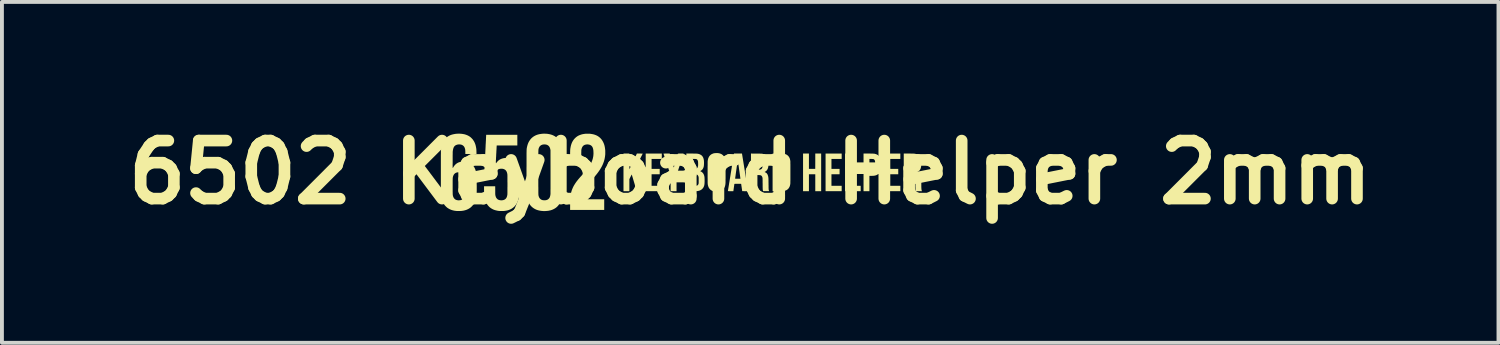
<source format=kicad_pcb>
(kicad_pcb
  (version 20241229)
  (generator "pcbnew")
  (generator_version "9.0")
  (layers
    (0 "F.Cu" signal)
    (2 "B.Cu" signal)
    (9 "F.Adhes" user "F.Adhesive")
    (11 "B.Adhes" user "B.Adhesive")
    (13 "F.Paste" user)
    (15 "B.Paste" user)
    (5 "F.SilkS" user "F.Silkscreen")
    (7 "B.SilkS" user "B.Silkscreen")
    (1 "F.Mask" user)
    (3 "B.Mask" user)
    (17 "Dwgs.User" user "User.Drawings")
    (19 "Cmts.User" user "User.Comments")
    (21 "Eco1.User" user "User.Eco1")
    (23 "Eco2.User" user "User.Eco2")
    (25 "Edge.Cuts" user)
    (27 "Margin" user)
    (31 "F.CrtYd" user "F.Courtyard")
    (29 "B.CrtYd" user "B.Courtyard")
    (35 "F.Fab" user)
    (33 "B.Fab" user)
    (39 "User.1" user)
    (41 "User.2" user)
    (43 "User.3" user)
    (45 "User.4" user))
  (footprint "6502 Keyboard Helper 2mm"
    (layer "F.Cu")
    (at 16.336 1.404)
    (property "Reference" "6502 Keyboard Helper 2mm" (at 0 0 0) (layer "F.SilkS") (effects (font (size 1.5 1.5) (thickness 0.3))))
    (attr board_only exclude_from_pos_files exclude_from_bom)
    (fp_poly (pts (xy 2.603 -0.069) (xy 2.603 0.347) (xy 2.728 0.347) (xy 2.854 0.347) (xy 2.854 0.416) (xy 2.854 0.486) (xy 2.652 0.486) (xy 2.451 0.486) (xy 2.451 -0.000001) (xy 2.451 -0.486) (xy 2.527 -0.486) (xy 2.603 -0.486)) (stroke (width 0) (type solid)) (fill yes) (layer "F.SilkS"))
    (fp_poly (pts (xy -2.285 -0.416) (xy -2.285 -0.347) (xy -2.417 -0.347) (xy -2.549 -0.347) (xy -2.549 -0.218) (xy -2.549 -0.09) (xy -2.444 -0.09) (xy -2.339 -0.09) (xy -2.339 -0.02) (xy -2.339 0.049) (xy -2.444 0.049) (xy -2.549 0.049) (xy -2.549 0.198) (xy -2.549 0.347) (xy -2.417 0.347) (xy -2.285 0.347) (xy -2.285 0.416) (xy -2.285 0.486) (xy -2.493 0.486) (xy -2.701 0.486) (xy -2.701 -0.000001) (xy -2.701 -0.486) (xy -2.493 -0.486) (xy -2.285 -0.486)) (stroke (width 0) (type solid)) (fill yes) (layer "F.SilkS"))
    (fp_poly (pts (xy 1.517 -0.288) (xy 1.517 -0.09) (xy 1.599 -0.09) (xy 1.68 -0.091) (xy 1.681 -0.288) (xy 1.681 -0.486) (xy 1.757 -0.486) (xy 1.833 -0.486) (xy 1.833 -0.000001) (xy 1.833 0.486) (xy 1.757 0.486) (xy 1.681 0.486) (xy 1.681 0.267) (xy 1.681 0.049) (xy 1.599 0.049) (xy 1.517 0.049) (xy 1.517 0.267) (xy 1.517 0.486) (xy 1.441 0.486) (xy 1.365 0.486) (xy 1.365 -0.000001) (xy 1.365 -0.486) (xy 1.441 -0.486) (xy 1.517 -0.486)) (stroke (width 0) (type solid)) (fill yes) (layer "F.SilkS"))
    (fp_poly (pts (xy 2.363 -0.416) (xy 2.363 -0.347) (xy 2.231 -0.347) (xy 2.099 -0.347) (xy 2.099 -0.218) (xy 2.099 -0.09) (xy 2.204 -0.09) (xy 2.309 -0.09) (xy 2.309 -0.02) (xy 2.309 0.049) (xy 2.204 0.049) (xy 2.099 0.049) (xy 2.099 0.198) (xy 2.099 0.347) (xy 2.231 0.347) (xy 2.363 0.347) (xy 2.363 0.416) (xy 2.363 0.486) (xy 2.155 0.486) (xy 1.947 0.486) (xy 1.947 -0.000001) (xy 1.947 -0.486) (xy 2.155 -0.486) (xy 2.363 -0.486)) (stroke (width 0) (type solid)) (fill yes) (layer "F.SilkS"))
    (fp_poly (pts (xy 3.879 -0.416) (xy 3.879 -0.347) (xy 3.748 -0.347) (xy 3.617 -0.347) (xy 3.617 -0.218) (xy 3.617 -0.09) (xy 3.721 -0.09) (xy 3.825 -0.09) (xy 3.825 -0.02) (xy 3.825 0.049) (xy 3.721 0.049) (xy 3.617 0.049) (xy 3.617 0.198) (xy 3.617 0.347) (xy 3.748 0.347) (xy 3.879 0.347) (xy 3.879 0.416) (xy 3.879 0.486) (xy 3.672 0.486) (xy 3.465 0.486) (xy 3.465 -0.000001) (xy 3.465 -0.486) (xy 3.672 -0.486) (xy 3.879 -0.486)) (stroke (width 0) (type solid)) (fill yes) (layer "F.SilkS"))
    (fp_poly (pts (xy -1.812 -0.208) (xy -1.904 0.07) (xy -1.904 0.278) (xy -1.904 0.486) (xy -1.981 0.486) (xy -2.057 0.486) (xy -2.057 0.28) (xy -2.057 0.074) (xy -2.149 -0.205) (xy -2.159 -0.235) (xy -2.168 -0.264) (xy -2.177 -0.292) (xy -2.186 -0.318) (xy -2.195 -0.344) (xy -2.202 -0.367) (xy -2.21 -0.389) (xy -2.216 -0.409) (xy -2.222 -0.428) (xy -2.228 -0.443) (xy -2.232 -0.457) (xy -2.236 -0.468) (xy -2.238 -0.477) (xy -2.24 -0.482) (xy -2.241 -0.485) (xy -2.241 -0.485) (xy -2.24 -0.485) (xy -2.235 -0.485) (xy -2.227 -0.485) (xy -2.218 -0.485) (xy -2.206 -0.486) (xy -2.192 -0.486) (xy -2.177 -0.486) (xy -2.161 -0.486) (xy -2.16 -0.486) (xy -2.08 -0.486) (xy -2.028 -0.309) (xy -2.021 -0.285) (xy -2.015 -0.262) (xy -2.008 -0.241) (xy -2.002 -0.22) (xy -1.997 -0.201) (xy -1.992 -0.184) (xy -1.987 -0.169) (xy -1.983 -0.156) (xy -1.98 -0.145) (xy -1.978 -0.137) (xy -1.976 -0.132) (xy -1.975 -0.13) (xy -1.975 -0.13) (xy -1.974 -0.129) (xy -1.973 -0.129) (xy -1.973 -0.13) (xy -1.971 -0.135) (xy -1.969 -0.143) (xy -1.966 -0.153) (xy -1.962 -0.165) (xy -1.958 -0.18) (xy -1.953 -0.197) (xy -1.947 -0.216) (xy -1.942 -0.236) (xy -1.935 -0.257) (xy -1.929 -0.28) (xy -1.922 -0.303) (xy -1.921 -0.305) (xy -1.915 -0.328) (xy -1.908 -0.351) (xy -1.902 -0.373) (xy -1.896 -0.393) (xy -1.89 -0.412) (xy -1.885 -0.429) (xy -1.881 -0.444) (xy -1.877 -0.457) (xy -1.874 -0.467) (xy -1.872 -0.475) (xy -1.87 -0.481) (xy -1.87 -0.483) (xy -1.87 -0.483) (xy -1.869 -0.483) (xy -1.868 -0.484) (xy -1.867 -0.484) (xy -1.864 -0.485) (xy -1.859 -0.485) (xy -1.853 -0.485) (xy -1.846 -0.485) (xy -1.835 -0.486) (xy -1.822 -0.486) (xy -1.807 -0.486) (xy -1.795 -0.486) (xy -1.721 -0.486)) (stroke (width 0) (type solid)) (fill yes) (layer "F.SilkS"))
    (fp_poly (pts (xy -3.122 -0.282) (xy -3.122 -0.079) (xy -3.025 -0.282) (xy -2.929 -0.486) (xy -2.853 -0.486) (xy -2.838 -0.486) (xy -2.823 -0.486) (xy -2.81 -0.485) (xy -2.799 -0.485) (xy -2.789 -0.485) (xy -2.783 -0.485) (xy -2.779 -0.485) (xy -2.778 -0.485) (xy -2.778 -0.483) (xy -2.781 -0.479) (xy -2.784 -0.472) (xy -2.789 -0.462) (xy -2.795 -0.451) (xy -2.802 -0.437) (xy -2.81 -0.421) (xy -2.819 -0.404) (xy -2.828 -0.385) (xy -2.839 -0.364) (xy -2.85 -0.343) (xy -2.861 -0.321) (xy -2.868 -0.307) (xy -2.958 -0.129) (xy -2.867 0.175) (xy -2.858 0.206) (xy -2.849 0.237) (xy -2.84 0.266) (xy -2.831 0.294) (xy -2.823 0.321) (xy -2.816 0.347) (xy -2.809 0.37) (xy -2.802 0.392) (xy -2.796 0.412) (xy -2.791 0.43) (xy -2.786 0.445) (xy -2.782 0.458) (xy -2.779 0.469) (xy -2.777 0.476) (xy -2.775 0.481) (xy -2.775 0.483) (xy -2.775 0.483) (xy -2.775 0.484) (xy -2.777 0.484) (xy -2.779 0.485) (xy -2.783 0.485) (xy -2.788 0.485) (xy -2.796 0.485) (xy -2.805 0.486) (xy -2.817 0.486) (xy -2.832 0.486) (xy -2.85 0.486) (xy -2.854 0.486) (xy -2.933 0.486) (xy -2.936 0.477) (xy -2.949 0.431) (xy -2.962 0.387) (xy -2.975 0.346) (xy -2.986 0.307) (xy -2.997 0.27) (xy -3.007 0.237) (xy -3.016 0.206) (xy -3.025 0.177) (xy -3.032 0.152) (xy -3.039 0.129) (xy -3.045 0.11) (xy -3.05 0.093) (xy -3.054 0.079) (xy -3.058 0.069) (xy -3.06 0.061) (xy -3.061 0.057) (xy -3.062 0.055) (xy -3.063 0.057) (xy -3.065 0.06) (xy -3.069 0.067) (xy -3.073 0.075) (xy -3.078 0.085) (xy -3.084 0.097) (xy -3.091 0.11) (xy -3.093 0.114) (xy -3.123 0.175) (xy -3.123 0.33) (xy -3.123 0.486) (xy -3.199 0.486) (xy -3.275 0.486) (xy -3.275 -0.000001) (xy -3.275 -0.486) (xy -3.199 -0.486) (xy -3.123 -0.486)) (stroke (width 0) (type solid)) (fill yes) (layer "F.SilkS"))
    (fp_poly (pts (xy 3.053 -0.486) (xy 3.078 -0.486) (xy 3.101 -0.486) (xy 3.12 -0.485) (xy 3.137 -0.485) (xy 3.151 -0.485) (xy 3.164 -0.485) (xy 3.175 -0.484) (xy 3.184 -0.484) (xy 3.192 -0.483) (xy 3.199 -0.483) (xy 3.206 -0.482) (xy 3.212 -0.481) (xy 3.218 -0.48) (xy 3.224 -0.478) (xy 3.228 -0.477) (xy 3.253 -0.47) (xy 3.276 -0.46) (xy 3.297 -0.448) (xy 3.315 -0.433) (xy 3.331 -0.415) (xy 3.345 -0.395) (xy 3.356 -0.373) (xy 3.366 -0.348) (xy 3.373 -0.321) (xy 3.378 -0.29) (xy 3.378 -0.286) (xy 3.379 -0.278) (xy 3.379 -0.268) (xy 3.38 -0.255) (xy 3.38 -0.24) (xy 3.38 -0.224) (xy 3.38 -0.208) (xy 3.38 -0.19) (xy 3.38 -0.173) (xy 3.38 -0.157) (xy 3.379 -0.141) (xy 3.379 -0.128) (xy 3.378 -0.116) (xy 3.378 -0.107) (xy 3.377 -0.104) (xy 3.373 -0.074) (xy 3.366 -0.047) (xy 3.356 -0.022) (xy 3.345 -0.00028) (xy 3.331 0.019) (xy 3.315 0.037) (xy 3.297 0.051) (xy 3.276 0.064) (xy 3.274 0.065) (xy 3.261 0.071) (xy 3.248 0.076) (xy 3.235 0.08) (xy 3.221 0.083) (xy 3.206 0.086) (xy 3.189 0.088) (xy 3.17 0.089) (xy 3.149 0.09) (xy 3.128 0.09) (xy 3.08 0.09) (xy 3.08 0.288) (xy 3.08 0.486) (xy 3.004 0.486) (xy 2.928 0.486) (xy 2.928 -0.000001) (xy 2.928 -0.198) (xy 3.08 -0.198) (xy 3.08 -0.049) (xy 3.125 -0.049) (xy 3.139 -0.049) (xy 3.15 -0.049) (xy 3.158 -0.049) (xy 3.165 -0.05) (xy 3.17 -0.05) (xy 3.174 -0.051) (xy 3.178 -0.052) (xy 3.181 -0.052) (xy 3.193 -0.058) (xy 3.204 -0.065) (xy 3.212 -0.074) (xy 3.219 -0.086) (xy 3.223 -0.1) (xy 3.225 -0.109) (xy 3.226 -0.115) (xy 3.226 -0.123) (xy 3.227 -0.134) (xy 3.227 -0.148) (xy 3.228 -0.162) (xy 3.228 -0.178) (xy 3.228 -0.194) (xy 3.228 -0.211) (xy 3.228 -0.227) (xy 3.227 -0.242) (xy 3.227 -0.256) (xy 3.227 -0.268) (xy 3.226 -0.278) (xy 3.226 -0.285) (xy 3.225 -0.287) (xy 3.221 -0.304) (xy 3.215 -0.317) (xy 3.207 -0.328) (xy 3.207 -0.328) (xy 3.202 -0.333) (xy 3.196 -0.337) (xy 3.191 -0.34) (xy 3.184 -0.343) (xy 3.176 -0.344) (xy 3.166 -0.346) (xy 3.154 -0.346) (xy 3.14 -0.347) (xy 3.124 -0.347) (xy 3.08 -0.347) (xy 3.08 -0.198) (xy 2.928 -0.198) (xy 2.928 -0.486)) (stroke (width 0) (type solid)) (fill yes) (layer "F.SilkS"))
    (fp_poly (pts (xy 0.733 -0.486) (xy 0.757 -0.486) (xy 0.778 -0.485) (xy 0.796 -0.485) (xy 0.812 -0.485) (xy 0.826 -0.485) (xy 0.838 -0.484) (xy 0.848 -0.484) (xy 0.857 -0.483) (xy 0.865 -0.482) (xy 0.873 -0.481) (xy 0.879 -0.479) (xy 0.886 -0.478) (xy 0.892 -0.476) (xy 0.899 -0.474) (xy 0.903 -0.473) (xy 0.927 -0.464) (xy 0.949 -0.452) (xy 0.968 -0.437) (xy 0.985 -0.42) (xy 1 -0.401) (xy 1.011 -0.382) (xy 1.02 -0.363) (xy 1.027 -0.341) (xy 1.032 -0.318) (xy 1.036 -0.293) (xy 1.036 -0.29) (xy 1.037 -0.286) (xy 1.037 -0.28) (xy 1.037 -0.27) (xy 1.037 -0.257) (xy 1.037 -0.242) (xy 1.037 -0.225) (xy 1.038 -0.206) (xy 1.038 -0.184) (xy 1.038 -0.162) (xy 1.038 -0.138) (xy 1.038 -0.112) (xy 1.038 -0.086) (xy 1.038 -0.059) (xy 1.038 -0.032) (xy 1.038 -0.004) (xy 1.038 0.024) (xy 1.038 0.051) (xy 1.038 0.078) (xy 1.038 0.105) (xy 1.038 0.13) (xy 1.038 0.155) (xy 1.038 0.178) (xy 1.038 0.199) (xy 1.038 0.219) (xy 1.037 0.237) (xy 1.037 0.253) (xy 1.037 0.266) (xy 1.037 0.277) (xy 1.037 0.285) (xy 1.036 0.289) (xy 1.036 0.29) (xy 1.032 0.319) (xy 1.026 0.344) (xy 1.018 0.368) (xy 1.007 0.389) (xy 0.995 0.409) (xy 0.98 0.426) (xy 0.979 0.426) (xy 0.963 0.442) (xy 0.944 0.455) (xy 0.924 0.465) (xy 0.9 0.474) (xy 0.875 0.48) (xy 0.871 0.481) (xy 0.868 0.482) (xy 0.865 0.482) (xy 0.861 0.483) (xy 0.857 0.483) (xy 0.852 0.483) (xy 0.847 0.484) (xy 0.84 0.484) (xy 0.832 0.484) (xy 0.822 0.484) (xy 0.81 0.485) (xy 0.796 0.485) (xy 0.78 0.485) (xy 0.761 0.485) (xy 0.739 0.485) (xy 0.715 0.485) (xy 0.578 0.486) (xy 0.578 0.000082) (xy 0.578 -0.000001) (xy 0.73 -0.000001) (xy 0.73 0.347) (xy 0.777 0.347) (xy 0.792 0.347) (xy 0.803 0.347) (xy 0.812 0.347) (xy 0.819 0.346) (xy 0.824 0.346) (xy 0.828 0.345) (xy 0.832 0.344) (xy 0.835 0.344) (xy 0.849 0.338) (xy 0.861 0.33) (xy 0.87 0.32) (xy 0.877 0.308) (xy 0.882 0.294) (xy 0.883 0.287) (xy 0.884 0.285) (xy 0.884 0.282) (xy 0.884 0.279) (xy 0.884 0.274) (xy 0.885 0.269) (xy 0.885 0.262) (xy 0.885 0.254) (xy 0.885 0.245) (xy 0.885 0.233) (xy 0.885 0.22) (xy 0.886 0.205) (xy 0.886 0.188) (xy 0.886 0.169) (xy 0.886 0.147) (xy 0.886 0.122) (xy 0.886 0.095) (xy 0.886 0.064) (xy 0.886 0.031) (xy 0.886 -0.000001) (xy 0.886 -0.036) (xy 0.886 -0.069) (xy 0.886 -0.099) (xy 0.886 -0.126) (xy 0.886 -0.15) (xy 0.886 -0.172) (xy 0.886 -0.191) (xy 0.886 -0.208) (xy 0.885 -0.222) (xy 0.885 -0.235) (xy 0.885 -0.246) (xy 0.885 -0.255) (xy 0.885 -0.263) (xy 0.885 -0.27) (xy 0.884 -0.275) (xy 0.884 -0.279) (xy 0.884 -0.282) (xy 0.884 -0.285) (xy 0.883 -0.287) (xy 0.879 -0.303) (xy 0.873 -0.316) (xy 0.865 -0.327) (xy 0.854 -0.335) (xy 0.841 -0.342) (xy 0.835 -0.344) (xy 0.831 -0.345) (xy 0.828 -0.345) (xy 0.823 -0.346) (xy 0.818 -0.346) (xy 0.811 -0.347) (xy 0.801 -0.347) (xy 0.789 -0.347) (xy 0.777 -0.347) (xy 0.73 -0.347) (xy 0.73 -0.000001) (xy 0.578 -0.000001) (xy 0.578 -0.486) (xy 0.706 -0.486)) (stroke (width 0) (type solid)) (fill yes) (layer "F.SilkS"))
    (fp_poly (pts (xy -0.135 -0.004) (xy -0.128 0.036) (xy -0.122 0.075) (xy -0.116 0.113) (xy -0.11 0.15) (xy -0.104 0.186) (xy -0.098 0.22) (xy -0.093 0.253) (xy -0.088 0.284) (xy -0.083 0.314) (xy -0.079 0.341) (xy -0.074 0.367) (xy -0.071 0.39) (xy -0.067 0.411) (xy -0.064 0.43) (xy -0.062 0.445) (xy -0.059 0.459) (xy -0.058 0.469) (xy -0.056 0.476) (xy -0.056 0.481) (xy -0.056 0.482) (xy -0.055 0.486) (xy -0.131 0.486) (xy -0.147 0.486) (xy -0.161 0.486) (xy -0.174 0.485) (xy -0.186 0.485) (xy -0.195 0.485) (xy -0.202 0.485) (xy -0.206 0.485) (xy -0.207 0.485) (xy -0.208 0.483) (xy -0.208 0.478) (xy -0.209 0.471) (xy -0.211 0.461) (xy -0.212 0.449) (xy -0.214 0.435) (xy -0.217 0.419) (xy -0.219 0.402) (xy -0.221 0.391) (xy -0.223 0.373) (xy -0.226 0.357) (xy -0.228 0.342) (xy -0.23 0.329) (xy -0.231 0.317) (xy -0.233 0.308) (xy -0.234 0.301) (xy -0.234 0.298) (xy -0.234 0.297) (xy -0.236 0.297) (xy -0.241 0.297) (xy -0.248 0.296) (xy -0.258 0.296) (xy -0.27 0.296) (xy -0.284 0.296) (xy -0.299 0.296) (xy -0.316 0.296) (xy -0.321 0.296) (xy -0.341 0.296) (xy -0.357 0.296) (xy -0.371 0.296) (xy -0.382 0.296) (xy -0.39 0.296) (xy -0.397 0.297) (xy -0.402 0.297) (xy -0.405 0.297) (xy -0.407 0.298) (xy -0.408 0.298) (xy -0.409 0.299) (xy -0.409 0.299) (xy -0.41 0.301) (xy -0.41 0.306) (xy -0.412 0.314) (xy -0.413 0.325) (xy -0.415 0.337) (xy -0.417 0.351) (xy -0.419 0.367) (xy -0.422 0.384) (xy -0.423 0.394) (xy -0.436 0.486) (xy -0.507 0.486) (xy -0.525 0.486) (xy -0.539 0.486) (xy -0.55 0.486) (xy -0.559 0.485) (xy -0.566 0.485) (xy -0.571 0.485) (xy -0.574 0.485) (xy -0.576 0.484) (xy -0.577 0.484) (xy -0.577 0.483) (xy -0.577 0.483) (xy -0.577 0.481) (xy -0.576 0.476) (xy -0.575 0.467) (xy -0.573 0.456) (xy -0.571 0.442) (xy -0.568 0.426) (xy -0.565 0.407) (xy -0.561 0.385) (xy -0.557 0.361) (xy -0.553 0.335) (xy -0.548 0.307) (xy -0.544 0.277) (xy -0.538 0.246) (xy -0.533 0.212) (xy -0.527 0.178) (xy -0.525 0.161) (xy -0.39 0.161) (xy -0.39 0.162) (xy -0.389 0.163) (xy -0.388 0.163) (xy -0.385 0.163) (xy -0.381 0.164) (xy -0.375 0.164) (xy -0.367 0.164) (xy -0.356 0.164) (xy -0.343 0.164) (xy -0.327 0.164) (xy -0.321 0.164) (xy -0.253 0.164) (xy -0.254 0.159) (xy -0.254 0.156) (xy -0.255 0.151) (xy -0.256 0.142) (xy -0.258 0.131) (xy -0.259 0.118) (xy -0.262 0.101) (xy -0.264 0.083) (xy -0.267 0.063) (xy -0.27 0.041) (xy -0.274 0.017) (xy -0.277 -0.008) (xy -0.281 -0.034) (xy -0.285 -0.061) (xy -0.288 -0.081) (xy -0.292 -0.109) (xy -0.295 -0.136) (xy -0.299 -0.161) (xy -0.303 -0.186) (xy -0.306 -0.209) (xy -0.309 -0.23) (xy -0.312 -0.249) (xy -0.314 -0.267) (xy -0.316 -0.282) (xy -0.318 -0.294) (xy -0.32 -0.304) (xy -0.321 -0.311) (xy -0.321 -0.315) (xy -0.322 -0.316) (xy -0.323 -0.316) (xy -0.323 -0.316) (xy -0.324 -0.314) (xy -0.324 -0.309) (xy -0.326 -0.302) (xy -0.327 -0.291) (xy -0.329 -0.278) (xy -0.331 -0.263) (xy -0.334 -0.246) (xy -0.336 -0.227) (xy -0.339 -0.207) (xy -0.342 -0.186) (xy -0.345 -0.163) (xy -0.349 -0.14) (xy -0.352 -0.116) (xy -0.355 -0.091) (xy -0.359 -0.067) (xy -0.362 -0.042) (xy -0.366 -0.018) (xy -0.369 0.005) (xy -0.372 0.028) (xy -0.375 0.05) (xy -0.378 0.07) (xy -0.38 0.089) (xy -0.383 0.106) (xy -0.385 0.122) (xy -0.387 0.135) (xy -0.388 0.146) (xy -0.389 0.154) (xy -0.39 0.159) (xy -0.39 0.161) (xy -0.525 0.161) (xy -0.522 0.142) (xy -0.515 0.104) (xy -0.509 0.066) (xy -0.503 0.027) (xy -0.498 -0.003) (xy -0.42 -0.486) (xy -0.316 -0.486) (xy -0.213 -0.486)) (stroke (width 0) (type solid)) (fill yes) (layer "F.SilkS"))
    (fp_poly (pts (xy 4.118 -0.486) (xy 4.141 -0.486) (xy 4.161 -0.485) (xy 4.178 -0.485) (xy 4.193 -0.485) (xy 4.206 -0.485) (xy 4.217 -0.485) (xy 4.227 -0.484) (xy 4.235 -0.483) (xy 4.243 -0.483) (xy 4.25 -0.482) (xy 4.256 -0.481) (xy 4.262 -0.48) (xy 4.268 -0.479) (xy 4.294 -0.472) (xy 4.318 -0.463) (xy 4.338 -0.452) (xy 4.357 -0.438) (xy 4.373 -0.423) (xy 4.386 -0.404) (xy 4.398 -0.384) (xy 4.406 -0.361) (xy 4.41 -0.349) (xy 4.412 -0.341) (xy 4.413 -0.334) (xy 4.414 -0.328) (xy 4.415 -0.321) (xy 4.416 -0.314) (xy 4.417 -0.306) (xy 4.417 -0.297) (xy 4.418 -0.286) (xy 4.418 -0.273) (xy 4.418 -0.257) (xy 4.418 -0.243) (xy 4.419 -0.224) (xy 4.419 -0.209) (xy 4.419 -0.197) (xy 4.419 -0.186) (xy 4.418 -0.178) (xy 4.418 -0.171) (xy 4.418 -0.165) (xy 4.417 -0.159) (xy 4.416 -0.154) (xy 4.413 -0.135) (xy 4.409 -0.118) (xy 4.405 -0.103) (xy 4.401 -0.093) (xy 4.391 -0.073) (xy 4.379 -0.055) (xy 4.365 -0.04) (xy 4.349 -0.027) (xy 4.333 -0.018) (xy 4.327 -0.015) (xy 4.323 -0.012) (xy 4.32 -0.01) (xy 4.32 -0.01) (xy 4.321 -0.008) (xy 4.325 -0.006) (xy 4.331 -0.004) (xy 4.334 -0.003) (xy 4.35 0.005) (xy 4.365 0.015) (xy 4.378 0.028) (xy 4.388 0.043) (xy 4.398 0.06) (xy 4.405 0.08) (xy 4.411 0.102) (xy 4.416 0.128) (xy 4.418 0.143) (xy 4.419 0.149) (xy 4.419 0.156) (xy 4.419 0.164) (xy 4.42 0.173) (xy 4.42 0.184) (xy 4.42 0.197) (xy 4.42 0.212) (xy 4.421 0.229) (xy 4.421 0.25) (xy 4.421 0.273) (xy 4.421 0.301) (xy 4.421 0.327) (xy 4.421 0.349) (xy 4.421 0.369) (xy 4.422 0.387) (xy 4.422 0.402) (xy 4.423 0.415) (xy 4.424 0.427) (xy 4.425 0.437) (xy 4.426 0.446) (xy 4.427 0.454) (xy 4.429 0.461) (xy 4.431 0.467) (xy 4.433 0.473) (xy 4.433 0.475) (xy 4.437 0.486) (xy 4.36 0.486) (xy 4.282 0.486) (xy 4.28 0.479) (xy 4.276 0.463) (xy 4.273 0.449) (xy 4.272 0.438) (xy 4.271 0.434) (xy 4.271 0.427) (xy 4.27 0.416) (xy 4.27 0.403) (xy 4.27 0.388) (xy 4.269 0.37) (xy 4.269 0.351) (xy 4.269 0.329) (xy 4.269 0.306) (xy 4.268 0.285) (xy 4.268 0.26) (xy 4.268 0.238) (xy 4.268 0.219) (xy 4.268 0.203) (xy 4.267 0.189) (xy 4.267 0.178) (xy 4.267 0.168) (xy 4.267 0.16) (xy 4.266 0.154) (xy 4.266 0.149) (xy 4.266 0.144) (xy 4.265 0.141) (xy 4.265 0.138) (xy 4.264 0.135) (xy 4.264 0.133) (xy 4.264 0.132) (xy 4.258 0.116) (xy 4.252 0.103) (xy 4.243 0.092) (xy 4.233 0.084) (xy 4.225 0.079) (xy 4.218 0.076) (xy 4.209 0.074) (xy 4.2 0.072) (xy 4.19 0.071) (xy 4.177 0.07) (xy 4.162 0.069) (xy 4.154 0.069) (xy 4.119 0.069) (xy 4.119 0.278) (xy 4.119 0.486) (xy 4.043 0.486) (xy 3.967 0.486) (xy 3.967 -0.000001) (xy 3.967 -0.208) (xy 4.119 -0.208) (xy 4.119 -0.069) (xy 4.16 -0.07) (xy 4.174 -0.07) (xy 4.185 -0.071) (xy 4.194 -0.071) (xy 4.201 -0.072) (xy 4.206 -0.072) (xy 4.21 -0.073) (xy 4.211 -0.074) (xy 4.226 -0.08) (xy 4.239 -0.088) (xy 4.249 -0.098) (xy 4.252 -0.104) (xy 4.257 -0.112) (xy 4.261 -0.122) (xy 4.263 -0.134) (xy 4.266 -0.149) (xy 4.267 -0.166) (xy 4.268 -0.185) (xy 4.268 -0.208) (xy 4.268 -0.229) (xy 4.267 -0.249) (xy 4.266 -0.265) (xy 4.265 -0.279) (xy 4.263 -0.291) (xy 4.26 -0.301) (xy 4.257 -0.309) (xy 4.253 -0.316) (xy 4.249 -0.323) (xy 4.244 -0.328) (xy 4.236 -0.335) (xy 4.228 -0.34) (xy 4.223 -0.342) (xy 4.22 -0.343) (xy 4.217 -0.344) (xy 4.214 -0.345) (xy 4.21 -0.345) (xy 4.204 -0.346) (xy 4.197 -0.346) (xy 4.188 -0.346) (xy 4.176 -0.346) (xy 4.166 -0.347) (xy 4.119 -0.347) (xy 4.119 -0.208) (xy 3.967 -0.208) (xy 3.967 -0.486) (xy 4.092 -0.486)) (stroke (width 0) (type solid)) (fill yes) (layer "F.SilkS"))
    (fp_poly (pts (xy -1.5 -0.486) (xy -1.477 -0.486) (xy -1.456 -0.485) (xy -1.437 -0.485) (xy -1.42 -0.485) (xy -1.406 -0.485) (xy -1.394 -0.485) (xy -1.386 -0.484) (xy -1.38 -0.484) (xy -1.38 -0.484) (xy -1.351 -0.48) (xy -1.324 -0.474) (xy -1.301 -0.465) (xy -1.28 -0.454) (xy -1.261 -0.442) (xy -1.245 -0.426) (xy -1.231 -0.409) (xy -1.219 -0.389) (xy -1.21 -0.366) (xy -1.203 -0.342) (xy -1.198 -0.314) (xy -1.197 -0.31) (xy -1.196 -0.293) (xy -1.195 -0.275) (xy -1.194 -0.255) (xy -1.194 -0.235) (xy -1.195 -0.215) (xy -1.196 -0.196) (xy -1.197 -0.179) (xy -1.199 -0.164) (xy -1.2 -0.157) (xy -1.206 -0.133) (xy -1.214 -0.111) (xy -1.225 -0.091) (xy -1.237 -0.074) (xy -1.251 -0.06) (xy -1.26 -0.053) (xy -1.267 -0.048) (xy -1.275 -0.043) (xy -1.281 -0.039) (xy -1.283 -0.038) (xy -1.288 -0.036) (xy -1.292 -0.033) (xy -1.294 -0.032) (xy -1.294 -0.032) (xy -1.292 -0.031) (xy -1.288 -0.029) (xy -1.282 -0.026) (xy -1.275 -0.023) (xy -1.256 -0.012) (xy -1.24 0.000234) (xy -1.226 0.015) (xy -1.213 0.031) (xy -1.203 0.05) (xy -1.198 0.061) (xy -1.193 0.073) (xy -1.19 0.085) (xy -1.187 0.097) (xy -1.184 0.11) (xy -1.182 0.125) (xy -1.181 0.141) (xy -1.18 0.16) (xy -1.179 0.182) (xy -1.179 0.191) (xy -1.179 0.218) (xy -1.179 0.243) (xy -1.18 0.264) (xy -1.181 0.283) (xy -1.182 0.301) (xy -1.185 0.316) (xy -1.187 0.331) (xy -1.191 0.344) (xy -1.193 0.351) (xy -1.202 0.375) (xy -1.214 0.397) (xy -1.229 0.416) (xy -1.246 0.434) (xy -1.265 0.448) (xy -1.287 0.461) (xy -1.31 0.471) (xy -1.33 0.476) (xy -1.336 0.478) (xy -1.343 0.479) (xy -1.349 0.481) (xy -1.355 0.482) (xy -1.362 0.483) (xy -1.37 0.483) (xy -1.378 0.484) (xy -1.388 0.484) (xy -1.399 0.485) (xy -1.413 0.485) (xy -1.428 0.485) (xy -1.445 0.485) (xy -1.465 0.486) (xy -1.488 0.486) (xy -1.514 0.486) (xy -1.519 0.486) (xy -1.651 0.486) (xy -1.651 0.198) (xy -1.498 0.198) (xy -1.498 0.347) (xy -1.447 0.347) (xy -1.431 0.347) (xy -1.418 0.347) (xy -1.408 0.347) (xy -1.4 0.346) (xy -1.394 0.346) (xy -1.389 0.345) (xy -1.385 0.344) (xy -1.384 0.344) (xy -1.371 0.34) (xy -1.36 0.333) (xy -1.351 0.325) (xy -1.344 0.314) (xy -1.338 0.301) (xy -1.335 0.289) (xy -1.334 0.286) (xy -1.333 0.282) (xy -1.333 0.277) (xy -1.333 0.272) (xy -1.332 0.265) (xy -1.332 0.256) (xy -1.332 0.245) (xy -1.332 0.232) (xy -1.332 0.215) (xy -1.332 0.206) (xy -1.332 0.188) (xy -1.332 0.173) (xy -1.332 0.161) (xy -1.332 0.152) (xy -1.332 0.144) (xy -1.333 0.137) (xy -1.333 0.132) (xy -1.334 0.128) (xy -1.334 0.123) (xy -1.335 0.119) (xy -1.335 0.118) (xy -1.34 0.101) (xy -1.346 0.087) (xy -1.354 0.076) (xy -1.363 0.066) (xy -1.375 0.059) (xy -1.389 0.054) (xy -1.395 0.052) (xy -1.399 0.051) (xy -1.404 0.051) (xy -1.409 0.05) (xy -1.415 0.05) (xy -1.423 0.049) (xy -1.433 0.049) (xy -1.446 0.049) (xy -1.453 0.049) (xy -1.498 0.049) (xy -1.498 0.198) (xy -1.651 0.198) (xy -1.651 -0.000001) (xy -1.651 -0.218) (xy -1.498 -0.218) (xy -1.498 -0.089) (xy -1.457 -0.09) (xy -1.442 -0.091) (xy -1.431 -0.091) (xy -1.421 -0.092) (xy -1.414 -0.092) (xy -1.409 -0.093) (xy -1.406 -0.094) (xy -1.394 -0.098) (xy -1.384 -0.103) (xy -1.375 -0.11) (xy -1.373 -0.111) (xy -1.366 -0.119) (xy -1.359 -0.128) (xy -1.355 -0.139) (xy -1.351 -0.152) (xy -1.349 -0.168) (xy -1.347 -0.179) (xy -1.347 -0.191) (xy -1.346 -0.204) (xy -1.346 -0.218) (xy -1.347 -0.233) (xy -1.347 -0.248) (xy -1.348 -0.261) (xy -1.348 -0.273) (xy -1.35 -0.282) (xy -1.35 -0.287) (xy -1.355 -0.303) (xy -1.361 -0.316) (xy -1.369 -0.327) (xy -1.379 -0.336) (xy -1.383 -0.338) (xy -1.388 -0.341) (xy -1.393 -0.343) (xy -1.399 -0.344) (xy -1.406 -0.345) (xy -1.414 -0.346) (xy -1.423 -0.347) (xy -1.436 -0.347) (xy -1.451 -0.347) (xy -1.454 -0.347) (xy -1.498 -0.347) (xy -1.498 -0.218) (xy -1.651 -0.218) (xy -1.651 -0.486) (xy -1.524 -0.486)) (stroke (width 0) (type solid)) (fill yes) (layer "F.SilkS"))
    (fp_poly (pts (xy 0.154 -0.485) (xy 0.18 -0.485) (xy 0.202 -0.485) (xy 0.222 -0.485) (xy 0.239 -0.485) (xy 0.254 -0.484) (xy 0.266 -0.484) (xy 0.277 -0.484) (xy 0.286 -0.483) (xy 0.294 -0.483) (xy 0.301 -0.482) (xy 0.307 -0.482) (xy 0.312 -0.481) (xy 0.318 -0.48) (xy 0.323 -0.478) (xy 0.329 -0.477) (xy 0.335 -0.475) (xy 0.359 -0.468) (xy 0.38 -0.458) (xy 0.399 -0.446) (xy 0.415 -0.433) (xy 0.429 -0.417) (xy 0.441 -0.398) (xy 0.445 -0.391) (xy 0.451 -0.378) (xy 0.456 -0.364) (xy 0.461 -0.35) (xy 0.464 -0.335) (xy 0.467 -0.319) (xy 0.469 -0.301) (xy 0.47 -0.281) (xy 0.471 -0.258) (xy 0.471 -0.233) (xy 0.471 -0.217) (xy 0.47 -0.2) (xy 0.47 -0.186) (xy 0.47 -0.175) (xy 0.469 -0.166) (xy 0.468 -0.158) (xy 0.468 -0.151) (xy 0.466 -0.144) (xy 0.466 -0.144) (xy 0.461 -0.118) (xy 0.453 -0.095) (xy 0.443 -0.075) (xy 0.431 -0.057) (xy 0.417 -0.041) (xy 0.401 -0.028) (xy 0.384 -0.017) (xy 0.378 -0.014) (xy 0.374 -0.012) (xy 0.372 -0.01) (xy 0.372 -0.01) (xy 0.374 -0.008) (xy 0.378 -0.006) (xy 0.383 -0.004) (xy 0.386 -0.002) (xy 0.402 0.006) (xy 0.417 0.016) (xy 0.429 0.028) (xy 0.44 0.043) (xy 0.449 0.059) (xy 0.456 0.079) (xy 0.463 0.1) (xy 0.467 0.125) (xy 0.469 0.136) (xy 0.469 0.141) (xy 0.47 0.146) (xy 0.47 0.153) (xy 0.471 0.16) (xy 0.471 0.17) (xy 0.471 0.181) (xy 0.472 0.194) (xy 0.472 0.21) (xy 0.472 0.228) (xy 0.472 0.249) (xy 0.473 0.273) (xy 0.473 0.295) (xy 0.473 0.32) (xy 0.474 0.342) (xy 0.474 0.363) (xy 0.474 0.382) (xy 0.474 0.399) (xy 0.475 0.414) (xy 0.475 0.426) (xy 0.476 0.434) (xy 0.476 0.44) (xy 0.476 0.443) (xy 0.478 0.454) (xy 0.481 0.465) (xy 0.485 0.474) (xy 0.486 0.478) (xy 0.487 0.482) (xy 0.488 0.485) (xy 0.488 0.485) (xy 0.487 0.485) (xy 0.482 0.485) (xy 0.474 0.485) (xy 0.465 0.485) (xy 0.453 0.485) (xy 0.439 0.485) (xy 0.424 0.485) (xy 0.411 0.485) (xy 0.334 0.485) (xy 0.331 0.477) (xy 0.33 0.472) (xy 0.328 0.465) (xy 0.326 0.457) (xy 0.325 0.454) (xy 0.325 0.452) (xy 0.324 0.449) (xy 0.324 0.445) (xy 0.323 0.442) (xy 0.323 0.437) (xy 0.323 0.432) (xy 0.322 0.425) (xy 0.322 0.417) (xy 0.322 0.407) (xy 0.322 0.396) (xy 0.321 0.382) (xy 0.321 0.365) (xy 0.321 0.346) (xy 0.321 0.324) (xy 0.321 0.3) (xy 0.321 0.296) (xy 0.32 0.271) (xy 0.32 0.248) (xy 0.32 0.229) (xy 0.32 0.212) (xy 0.32 0.198) (xy 0.319 0.186) (xy 0.319 0.176) (xy 0.319 0.168) (xy 0.319 0.161) (xy 0.318 0.155) (xy 0.318 0.151) (xy 0.318 0.147) (xy 0.317 0.143) (xy 0.317 0.14) (xy 0.316 0.137) (xy 0.316 0.137) (xy 0.311 0.12) (xy 0.304 0.105) (xy 0.296 0.093) (xy 0.286 0.084) (xy 0.277 0.079) (xy 0.272 0.077) (xy 0.266 0.075) (xy 0.26 0.073) (xy 0.254 0.072) (xy 0.246 0.071) (xy 0.236 0.071) (xy 0.224 0.07) (xy 0.212 0.07) (xy 0.172 0.069) (xy 0.172 0.277) (xy 0.172 0.486) (xy 0.096 0.486) (xy 0.019 0.486) (xy 0.019 -0.000085) (xy 0.019 -0.208) (xy 0.172 -0.208) (xy 0.172 -0.069) (xy 0.212 -0.07) (xy 0.227 -0.07) (xy 0.24 -0.071) (xy 0.249 -0.071) (xy 0.256 -0.072) (xy 0.261 -0.073) (xy 0.261 -0.073) (xy 0.276 -0.079) (xy 0.288 -0.086) (xy 0.298 -0.096) (xy 0.306 -0.108) (xy 0.313 -0.124) (xy 0.313 -0.124) (xy 0.315 -0.131) (xy 0.316 -0.14) (xy 0.317 -0.15) (xy 0.318 -0.164) (xy 0.319 -0.179) (xy 0.319 -0.198) (xy 0.319 -0.22) (xy 0.318 -0.223) (xy 0.318 -0.239) (xy 0.318 -0.252) (xy 0.317 -0.263) (xy 0.317 -0.272) (xy 0.316 -0.279) (xy 0.316 -0.284) (xy 0.315 -0.289) (xy 0.315 -0.289) (xy 0.31 -0.305) (xy 0.304 -0.318) (xy 0.295 -0.329) (xy 0.285 -0.336) (xy 0.283 -0.337) (xy 0.278 -0.34) (xy 0.273 -0.342) (xy 0.268 -0.344) (xy 0.262 -0.345) (xy 0.255 -0.346) (xy 0.246 -0.346) (xy 0.234 -0.347) (xy 0.221 -0.347) (xy 0.214 -0.347) (xy 0.172 -0.347) (xy 0.172 -0.208) (xy 0.019 -0.208) (xy 0.019 -0.486)) (stroke (width 0) (type solid)) (fill yes) (layer "F.SilkS"))
    (fp_poly (pts (xy -4.183 -0.999) (xy -4.168 -0.999) (xy -4.154 -0.998) (xy -4.143 -0.998) (xy -4.135 -0.997) (xy -4.095 -0.991) (xy -4.057 -0.984) (xy -4.022 -0.974) (xy -3.989 -0.962) (xy -3.958 -0.948) (xy -3.93 -0.931) (xy -3.903 -0.912) (xy -3.899 -0.908) (xy -3.892 -0.903) (xy -3.885 -0.896) (xy -3.876 -0.888) (xy -3.868 -0.88) (xy -3.866 -0.878) (xy -3.843 -0.852) (xy -3.823 -0.823) (xy -3.805 -0.792) (xy -3.789 -0.759) (xy -3.775 -0.723) (xy -3.764 -0.685) (xy -3.756 -0.645) (xy -3.75 -0.602) (xy -3.747 -0.575) (xy -3.746 -0.561) (xy -3.746 -0.544) (xy -3.746 -0.526) (xy -3.746 -0.507) (xy -3.746 -0.488) (xy -3.746 -0.471) (xy -3.747 -0.455) (xy -3.748 -0.446) (xy -3.753 -0.405) (xy -3.76 -0.364) (xy -3.769 -0.324) (xy -3.78 -0.285) (xy -3.794 -0.246) (xy -3.81 -0.206) (xy -3.828 -0.167) (xy -3.849 -0.128) (xy -3.873 -0.088) (xy -3.899 -0.047) (xy -3.928 -0.006) (xy -3.96 0.037) (xy -3.995 0.08) (xy -4.008 0.096) (xy -4.021 0.112) (xy -4.034 0.127) (xy -4.047 0.142) (xy -4.06 0.157) (xy -4.075 0.173) (xy -4.09 0.191) (xy -4.108 0.21) (xy -4.118 0.22) (xy -4.146 0.251) (xy -4.172 0.28) (xy -4.195 0.307) (xy -4.217 0.332) (xy -4.236 0.356) (xy -4.253 0.379) (xy -4.269 0.4) (xy -4.283 0.421) (xy -4.295 0.441) (xy -4.305 0.46) (xy -4.315 0.479) (xy -4.323 0.498) (xy -4.33 0.517) (xy -4.336 0.536) (xy -4.34 0.551) (xy -4.344 0.569) (xy -4.347 0.587) (xy -4.35 0.606) (xy -4.351 0.626) (xy -4.352 0.649) (xy -4.352 0.655) (xy -4.352 0.695) (xy -4.062 0.695) (xy -3.773 0.695) (xy -3.773 0.833) (xy -3.773 0.971) (xy -4.213 0.971) (xy -4.654 0.971) (xy -4.654 0.841) (xy -4.654 0.82) (xy -4.654 0.799) (xy -4.654 0.779) (xy -4.654 0.76) (xy -4.654 0.742) (xy -4.653 0.726) (xy -4.653 0.712) (xy -4.653 0.701) (xy -4.653 0.692) (xy -4.652 0.687) (xy -4.648 0.638) (xy -4.642 0.592) (xy -4.634 0.549) (xy -4.624 0.507) (xy -4.612 0.466) (xy -4.597 0.427) (xy -4.58 0.388) (xy -4.561 0.35) (xy -4.538 0.312) (xy -4.513 0.273) (xy -4.486 0.235) (xy -4.472 0.218) (xy -4.459 0.2) (xy -4.445 0.183) (xy -4.43 0.165) (xy -4.414 0.147) (xy -4.397 0.127) (xy -4.378 0.106) (xy -4.357 0.083) (xy -4.352 0.078) (xy -4.319 0.041) (xy -4.287 0.006) (xy -4.259 -0.027) (xy -4.233 -0.059) (xy -4.209 -0.089) (xy -4.187 -0.118) (xy -4.167 -0.146) (xy -4.15 -0.173) (xy -4.134 -0.2) (xy -4.119 -0.226) (xy -4.107 -0.251) (xy -4.095 -0.276) (xy -4.086 -0.301) (xy -4.078 -0.322) (xy -4.068 -0.356) (xy -4.061 -0.388) (xy -4.055 -0.42) (xy -4.052 -0.453) (xy -4.05 -0.488) (xy -4.051 -0.518) (xy -4.052 -0.547) (xy -4.054 -0.573) (xy -4.058 -0.596) (xy -4.063 -0.617) (xy -4.069 -0.635) (xy -4.076 -0.652) (xy -4.085 -0.666) (xy -4.095 -0.679) (xy -4.096 -0.68) (xy -4.111 -0.693) (xy -4.128 -0.704) (xy -4.146 -0.712) (xy -4.167 -0.718) (xy -4.19 -0.721) (xy -4.197 -0.722) (xy -4.222 -0.722) (xy -4.244 -0.719) (xy -4.266 -0.714) (xy -4.285 -0.707) (xy -4.302 -0.697) (xy -4.31 -0.691) (xy -4.323 -0.678) (xy -4.335 -0.663) (xy -4.344 -0.646) (xy -4.352 -0.627) (xy -4.359 -0.605) (xy -4.362 -0.592) (xy -4.362 -0.588) (xy -4.363 -0.585) (xy -4.363 -0.581) (xy -4.364 -0.577) (xy -4.364 -0.572) (xy -4.365 -0.566) (xy -4.365 -0.559) (xy -4.365 -0.55) (xy -4.365 -0.539) (xy -4.365 -0.526) (xy -4.366 -0.511) (xy -4.366 -0.493) (xy -4.366 -0.473) (xy -4.366 -0.449) (xy -4.366 -0.449) (xy -4.367 -0.323) (xy -4.51 -0.323) (xy -4.654 -0.323) (xy -4.654 -0.438) (xy -4.654 -0.463) (xy -4.654 -0.486) (xy -4.654 -0.505) (xy -4.654 -0.523) (xy -4.653 -0.538) (xy -4.653 -0.551) (xy -4.653 -0.563) (xy -4.652 -0.574) (xy -4.651 -0.584) (xy -4.651 -0.593) (xy -4.65 -0.603) (xy -4.649 -0.612) (xy -4.647 -0.622) (xy -4.64 -0.663) (xy -4.631 -0.701) (xy -4.619 -0.738) (xy -4.605 -0.773) (xy -4.588 -0.805) (xy -4.569 -0.835) (xy -4.547 -0.863) (xy -4.523 -0.888) (xy -4.497 -0.911) (xy -4.471 -0.93) (xy -4.443 -0.947) (xy -4.412 -0.961) (xy -4.379 -0.973) (xy -4.344 -0.984) (xy -4.306 -0.991) (xy -4.266 -0.997) (xy -4.265 -0.997) (xy -4.256 -0.998) (xy -4.244 -0.998) (xy -4.23 -0.999) (xy -4.215 -0.999) (xy -4.199 -0.999)) (stroke (width 0) (type solid)) (fill yes) (layer "F.SilkS"))
    (fp_poly (pts (xy -0.853 -0.498) (xy -0.838 -0.498) (xy -0.826 -0.497) (xy -0.814 -0.495) (xy -0.803 -0.493) (xy -0.792 -0.49) (xy -0.78 -0.487) (xy -0.779 -0.486) (xy -0.755 -0.477) (xy -0.733 -0.465) (xy -0.713 -0.45) (xy -0.695 -0.433) (xy -0.68 -0.413) (xy -0.669 -0.395) (xy -0.66 -0.377) (xy -0.653 -0.358) (xy -0.647 -0.338) (xy -0.643 -0.315) (xy -0.64 -0.291) (xy -0.639 -0.275) (xy -0.639 -0.269) (xy -0.638 -0.26) (xy -0.638 -0.249) (xy -0.638 -0.234) (xy -0.638 -0.217) (xy -0.638 -0.198) (xy -0.638 -0.177) (xy -0.637 -0.155) (xy -0.637 -0.131) (xy -0.637 -0.105) (xy -0.637 -0.079) (xy -0.637 -0.052) (xy -0.637 -0.025) (xy -0.637 0.003) (xy -0.637 0.03) (xy -0.637 0.057) (xy -0.637 0.084) (xy -0.637 0.11) (xy -0.637 0.135) (xy -0.637 0.159) (xy -0.638 0.181) (xy -0.638 0.202) (xy -0.638 0.221) (xy -0.638 0.237) (xy -0.638 0.251) (xy -0.638 0.262) (xy -0.639 0.271) (xy -0.639 0.275) (xy -0.641 0.301) (xy -0.644 0.325) (xy -0.649 0.346) (xy -0.655 0.366) (xy -0.663 0.385) (xy -0.669 0.395) (xy -0.682 0.417) (xy -0.698 0.436) (xy -0.716 0.453) (xy -0.736 0.467) (xy -0.759 0.478) (xy -0.784 0.488) (xy -0.809 0.494) (xy -0.816 0.496) (xy -0.823 0.497) (xy -0.832 0.497) (xy -0.842 0.498) (xy -0.854 0.498) (xy -0.863 0.498) (xy -0.874 0.498) (xy -0.884 0.498) (xy -0.893 0.498) (xy -0.9 0.498) (xy -0.904 0.498) (xy -0.905 0.498) (xy -0.923 0.495) (xy -0.938 0.492) (xy -0.95 0.489) (xy -0.962 0.486) (xy -0.973 0.481) (xy -0.985 0.476) (xy -0.987 0.475) (xy -1.008 0.463) (xy -1.028 0.448) (xy -1.045 0.431) (xy -1.061 0.411) (xy -1.074 0.389) (xy -1.074 0.388) (xy -1.081 0.373) (xy -1.086 0.356) (xy -1.092 0.337) (xy -1.096 0.317) (xy -1.099 0.296) (xy -1.099 0.294) (xy -1.099 0.29) (xy -1.099 0.283) (xy -1.1 0.273) (xy -1.1 0.261) (xy -1.1 0.246) (xy -1.1 0.228) (xy -1.1 0.209) (xy -1.1 0.188) (xy -1.1 0.165) (xy -1.101 0.141) (xy -1.101 0.115) (xy -1.101 0.089) (xy -1.101 0.062) (xy -1.101 0.034) (xy -1.101 0.006) (xy -1.101 -0.000001) (xy -0.948 -0.000001) (xy -0.948 0.037) (xy -0.948 0.07) (xy -0.948 0.1) (xy -0.948 0.128) (xy -0.948 0.152) (xy -0.948 0.174) (xy -0.948 0.194) (xy -0.948 0.211) (xy -0.948 0.227) (xy -0.948 0.24) (xy -0.948 0.251) (xy -0.948 0.261) (xy -0.948 0.269) (xy -0.947 0.276) (xy -0.947 0.281) (xy -0.947 0.286) (xy -0.947 0.29) (xy -0.946 0.293) (xy -0.946 0.295) (xy -0.946 0.296) (xy -0.941 0.313) (xy -0.935 0.328) (xy -0.926 0.34) (xy -0.915 0.349) (xy -0.902 0.355) (xy -0.887 0.359) (xy -0.87 0.361) (xy -0.856 0.36) (xy -0.847 0.359) (xy -0.838 0.356) (xy -0.83 0.353) (xy -0.82 0.346) (xy -0.811 0.338) (xy -0.804 0.328) (xy -0.801 0.322) (xy -0.8 0.319) (xy -0.798 0.316) (xy -0.797 0.314) (xy -0.796 0.312) (xy -0.795 0.309) (xy -0.795 0.306) (xy -0.794 0.302) (xy -0.793 0.298) (xy -0.793 0.293) (xy -0.792 0.287) (xy -0.792 0.28) (xy -0.791 0.271) (xy -0.791 0.262) (xy -0.791 0.25) (xy -0.791 0.237) (xy -0.79 0.222) (xy -0.79 0.204) (xy -0.79 0.185) (xy -0.79 0.163) (xy -0.79 0.139) (xy -0.79 0.112) (xy -0.79 0.082) (xy -0.79 0.048) (xy -0.79 0.012) (xy -0.79 -0.000001) (xy -0.79 -0.037) (xy -0.79 -0.07) (xy -0.79 -0.1) (xy -0.79 -0.128) (xy -0.79 -0.152) (xy -0.79 -0.174) (xy -0.79 -0.194) (xy -0.79 -0.211) (xy -0.791 -0.226) (xy -0.791 -0.239) (xy -0.791 -0.251) (xy -0.791 -0.26) (xy -0.791 -0.269) (xy -0.791 -0.276) (xy -0.791 -0.281) (xy -0.792 -0.286) (xy -0.792 -0.289) (xy -0.792 -0.292) (xy -0.793 -0.295) (xy -0.793 -0.297) (xy -0.793 -0.298) (xy -0.797 -0.312) (xy -0.803 -0.325) (xy -0.809 -0.336) (xy -0.812 -0.34) (xy -0.82 -0.347) (xy -0.831 -0.353) (xy -0.843 -0.357) (xy -0.855 -0.36) (xy -0.856 -0.36) (xy -0.874 -0.361) (xy -0.891 -0.359) (xy -0.905 -0.354) (xy -0.918 -0.347) (xy -0.928 -0.337) (xy -0.937 -0.324) (xy -0.943 -0.309) (xy -0.946 -0.296) (xy -0.946 -0.294) (xy -0.946 -0.292) (xy -0.947 -0.288) (xy -0.947 -0.284) (xy -0.947 -0.279) (xy -0.947 -0.273) (xy -0.948 -0.266) (xy -0.948 -0.257) (xy -0.948 -0.247) (xy -0.948 -0.235) (xy -0.948 -0.221) (xy -0.948 -0.205) (xy -0.948 -0.187) (xy -0.948 -0.167) (xy -0.948 -0.144) (xy -0.948 -0.118) (xy -0.948 -0.089) (xy -0.948 -0.058) (xy -0.948 -0.023) (xy -0.948 -0.000001) (xy -1.101 -0.000001) (xy -1.101 -0.021) (xy -1.101 -0.049) (xy -1.101 -0.076) (xy -1.101 -0.103) (xy -1.101 -0.129) (xy -1.101 -0.154) (xy -1.1 -0.177) (xy -1.1 -0.199) (xy -1.1 -0.219) (xy -1.1 -0.238) (xy -1.1 -0.254) (xy -1.1 -0.268) (xy -1.1 -0.279) (xy -1.099 -0.287) (xy -1.099 -0.292) (xy -1.099 -0.294) (xy -1.094 -0.324) (xy -1.088 -0.352) (xy -1.078 -0.378) (xy -1.067 -0.401) (xy -1.053 -0.422) (xy -1.037 -0.44) (xy -1.019 -0.456) (xy -0.998 -0.47) (xy -0.987 -0.475) (xy -0.971 -0.482) (xy -0.957 -0.488) (xy -0.942 -0.492) (xy -0.926 -0.495) (xy -0.909 -0.497) (xy -0.891 -0.498) (xy -0.87 -0.498)) (stroke (width 0) (type solid)) (fill yes) (layer "F.SilkS"))
    (fp_poly (pts (xy -6.018 -0.833) (xy -6.018 -0.695) (xy -6.284 -0.695) (xy -6.551 -0.695) (xy -6.552 -0.681) (xy -6.552 -0.678) (xy -6.552 -0.671) (xy -6.553 -0.662) (xy -6.554 -0.65) (xy -6.554 -0.635) (xy -6.555 -0.618) (xy -6.556 -0.599) (xy -6.557 -0.578) (xy -6.559 -0.556) (xy -6.56 -0.532) (xy -6.561 -0.507) (xy -6.563 -0.481) (xy -6.564 -0.462) (xy -6.565 -0.436) (xy -6.566 -0.41) (xy -6.568 -0.385) (xy -6.569 -0.362) (xy -6.57 -0.34) (xy -6.571 -0.32) (xy -6.572 -0.301) (xy -6.573 -0.285) (xy -6.574 -0.271) (xy -6.575 -0.26) (xy -6.575 -0.251) (xy -6.575 -0.245) (xy -6.576 -0.243) (xy -6.576 -0.237) (xy -6.576 -0.233) (xy -6.575 -0.231) (xy -6.574 -0.23) (xy -6.573 -0.23) (xy -6.571 -0.232) (xy -6.567 -0.236) (xy -6.562 -0.243) (xy -6.561 -0.244) (xy -6.542 -0.269) (xy -6.521 -0.292) (xy -6.499 -0.312) (xy -6.474 -0.329) (xy -6.447 -0.343) (xy -6.419 -0.354) (xy -6.389 -0.363) (xy -6.357 -0.369) (xy -6.324 -0.372) (xy -6.291 -0.372) (xy -6.257 -0.369) (xy -6.225 -0.364) (xy -6.194 -0.356) (xy -6.166 -0.346) (xy -6.14 -0.333) (xy -6.12 -0.321) (xy -6.097 -0.303) (xy -6.075 -0.283) (xy -6.056 -0.26) (xy -6.038 -0.234) (xy -6.022 -0.206) (xy -6.009 -0.175) (xy -5.997 -0.142) (xy -5.987 -0.106) (xy -5.979 -0.068) (xy -5.977 -0.054) (xy -5.976 -0.047) (xy -5.975 -0.04) (xy -5.974 -0.034) (xy -5.974 -0.027) (xy -5.973 -0.02) (xy -5.972 -0.013) (xy -5.972 -0.005) (xy -5.971 0.003) (xy -5.971 0.012) (xy -5.97 0.022) (xy -5.97 0.034) (xy -5.97 0.047) (xy -5.97 0.061) (xy -5.969 0.077) (xy -5.969 0.096) (xy -5.969 0.116) (xy -5.969 0.139) (xy -5.969 0.164) (xy -5.969 0.192) (xy -5.969 0.222) (xy -5.969 0.256) (xy -5.969 0.289) (xy -5.969 0.328) (xy -5.969 0.364) (xy -5.969 0.398) (xy -5.969 0.429) (xy -5.969 0.457) (xy -5.969 0.483) (xy -5.969 0.505) (xy -5.97 0.525) (xy -5.97 0.542) (xy -5.97 0.555) (xy -5.97 0.566) (xy -5.97 0.573) (xy -5.971 0.575) (xy -5.975 0.619) (xy -5.982 0.661) (xy -5.992 0.701) (xy -6.004 0.738) (xy -6.018 0.772) (xy -6.035 0.805) (xy -6.054 0.835) (xy -6.076 0.863) (xy -6.099 0.888) (xy -6.126 0.911) (xy -6.152 0.93) (xy -6.18 0.947) (xy -6.211 0.961) (xy -6.244 0.974) (xy -6.279 0.984) (xy -6.317 0.991) (xy -6.356 0.997) (xy -6.362 0.997) (xy -6.371 0.998) (xy -6.382 0.998) (xy -6.394 0.999) (xy -6.407 0.999) (xy -6.42 0.999) (xy -6.432 0.999) (xy -6.443 0.999) (xy -6.452 0.999) (xy -6.458 0.999) (xy -6.46 0.999) (xy -6.475 0.998) (xy -6.488 0.997) (xy -6.498 0.996) (xy -6.507 0.995) (xy -6.514 0.994) (xy -6.521 0.993) (xy -6.528 0.992) (xy -6.53 0.991) (xy -6.568 0.983) (xy -6.604 0.973) (xy -6.638 0.96) (xy -6.67 0.944) (xy -6.7 0.926) (xy -6.724 0.908) (xy -6.731 0.903) (xy -6.738 0.896) (xy -6.747 0.888) (xy -6.754 0.88) (xy -6.757 0.878) (xy -6.779 0.852) (xy -6.8 0.824) (xy -6.818 0.793) (xy -6.833 0.761) (xy -6.847 0.726) (xy -6.858 0.688) (xy -6.866 0.648) (xy -6.873 0.606) (xy -6.876 0.575) (xy -6.876 0.569) (xy -6.876 0.56) (xy -6.877 0.549) (xy -6.877 0.535) (xy -6.877 0.52) (xy -6.877 0.503) (xy -6.877 0.485) (xy -6.878 0.467) (xy -6.878 0.456) (xy -6.878 0.359) (xy -6.734 0.359) (xy -6.59 0.359) (xy -6.589 0.467) (xy -6.589 0.489) (xy -6.589 0.508) (xy -6.589 0.524) (xy -6.589 0.538) (xy -6.589 0.55) (xy -6.588 0.56) (xy -6.588 0.567) (xy -6.588 0.574) (xy -6.587 0.579) (xy -6.587 0.584) (xy -6.586 0.588) (xy -6.586 0.591) (xy -6.582 0.605) (xy -6.578 0.621) (xy -6.573 0.635) (xy -6.567 0.648) (xy -6.564 0.655) (xy -6.558 0.664) (xy -6.55 0.673) (xy -6.541 0.683) (xy -6.532 0.692) (xy -6.523 0.699) (xy -6.518 0.702) (xy -6.502 0.71) (xy -6.483 0.716) (xy -6.463 0.72) (xy -6.441 0.722) (xy -6.42 0.722) (xy -6.399 0.72) (xy -6.379 0.716) (xy -6.36 0.709) (xy -6.347 0.703) (xy -6.331 0.692) (xy -6.316 0.679) (xy -6.304 0.663) (xy -6.294 0.645) (xy -6.286 0.624) (xy -6.28 0.6) (xy -6.275 0.574) (xy -6.275 0.573) (xy -6.275 0.569) (xy -6.275 0.562) (xy -6.275 0.552) (xy -6.274 0.54) (xy -6.274 0.525) (xy -6.274 0.508) (xy -6.274 0.489) (xy -6.274 0.468) (xy -6.274 0.446) (xy -6.274 0.422) (xy -6.274 0.398) (xy -6.273 0.372) (xy -6.273 0.346) (xy -6.273 0.32) (xy -6.273 0.294) (xy -6.273 0.268) (xy -6.274 0.243) (xy -6.274 0.218) (xy -6.274 0.194) (xy -6.274 0.171) (xy -6.274 0.15) (xy -6.274 0.13) (xy -6.274 0.112) (xy -6.274 0.096) (xy -6.274 0.083) (xy -6.275 0.072) (xy -6.275 0.064) (xy -6.275 0.059) (xy -6.275 0.058) (xy -6.279 0.031) (xy -6.285 0.007) (xy -6.293 -0.015) (xy -6.304 -0.034) (xy -6.316 -0.05) (xy -6.33 -0.064) (xy -6.347 -0.075) (xy -6.366 -0.084) (xy -6.387 -0.09) (xy -6.39 -0.091) (xy -6.402 -0.093) (xy -6.416 -0.094) (xy -6.431 -0.094) (xy -6.446 -0.094) (xy -6.461 -0.092) (xy -6.473 -0.091) (xy -6.476 -0.09) (xy -6.497 -0.084) (xy -6.516 -0.075) (xy -6.533 -0.064) (xy -6.547 -0.05) (xy -6.56 -0.033) (xy -6.57 -0.014) (xy -6.578 0.007) (xy -6.584 0.032) (xy -6.588 0.059) (xy -6.589 0.084) (xy -6.59 0.113) (xy -6.734 0.113) (xy -6.878 0.113) (xy -6.878 0.107) (xy -6.877 0.105) (xy -6.877 0.099) (xy -6.877 0.091) (xy -6.876 0.079) (xy -6.875 0.065) (xy -6.875 0.048) (xy -6.874 0.028) (xy -6.873 0.006) (xy -6.871 -0.019) (xy -6.87 -0.046) (xy -6.868 -0.074) (xy -6.867 -0.105) (xy -6.865 -0.138) (xy -6.864 -0.172) (xy -6.862 -0.208) (xy -6.86 -0.245) (xy -6.858 -0.284) (xy -6.856 -0.324) (xy -6.854 -0.364) (xy -6.852 -0.406) (xy -6.85 -0.429) (xy -6.848 -0.471) (xy -6.846 -0.512) (xy -6.844 -0.553) (xy -6.842 -0.592) (xy -6.84 -0.63) (xy -6.838 -0.667) (xy -6.837 -0.702) (xy -6.835 -0.735) (xy -6.833 -0.767) (xy -6.832 -0.797) (xy -6.83 -0.825) (xy -6.829 -0.851) (xy -6.828 -0.874) (xy -6.827 -0.895) (xy -6.826 -0.914) (xy -6.825 -0.93) (xy -6.824 -0.943) (xy -6.824 -0.953) (xy -6.824 -0.96) (xy -6.823 -0.964) (xy -6.823 -0.965) (xy -6.823 -0.971) (xy -6.421 -0.971) (xy -6.018 -0.971)) (stroke (width 0) (type solid)) (fill yes) (layer "F.SilkS"))
    (fp_poly (pts (xy -5.292 -0.999) (xy -5.251 -0.997) (xy -5.223 -0.993) (xy -5.184 -0.986) (xy -5.146 -0.976) (xy -5.111 -0.964) (xy -5.078 -0.949) (xy -5.047 -0.932) (xy -5.018 -0.912) (xy -4.991 -0.889) (xy -4.967 -0.864) (xy -4.945 -0.836) (xy -4.938 -0.826) (xy -4.92 -0.798) (xy -4.905 -0.768) (xy -4.892 -0.737) (xy -4.881 -0.703) (xy -4.871 -0.667) (xy -4.864 -0.628) (xy -4.859 -0.596) (xy -4.859 -0.593) (xy -4.859 -0.59) (xy -4.859 -0.588) (xy -4.858 -0.584) (xy -4.858 -0.581) (xy -4.858 -0.576) (xy -4.858 -0.571) (xy -4.858 -0.565) (xy -4.857 -0.559) (xy -4.857 -0.551) (xy -4.857 -0.542) (xy -4.857 -0.532) (xy -4.857 -0.52) (xy -4.857 -0.507) (xy -4.857 -0.492) (xy -4.857 -0.476) (xy -4.857 -0.458) (xy -4.857 -0.438) (xy -4.857 -0.416) (xy -4.856 -0.392) (xy -4.856 -0.365) (xy -4.856 -0.336) (xy -4.856 -0.305) (xy -4.856 -0.271) (xy -4.856 -0.234) (xy -4.856 -0.195) (xy -4.856 -0.152) (xy -4.856 -0.107) (xy -4.856 -0.058) (xy -4.856 -0.007) (xy -4.856 -0.000001) (xy -4.856 0.052) (xy -4.856 0.101) (xy -4.856 0.147) (xy -4.856 0.19) (xy -4.856 0.23) (xy -4.856 0.267) (xy -4.856 0.301) (xy -4.856 0.332) (xy -4.856 0.362) (xy -4.856 0.388) (xy -4.856 0.413) (xy -4.857 0.435) (xy -4.857 0.456) (xy -4.857 0.474) (xy -4.857 0.49) (xy -4.857 0.505) (xy -4.857 0.519) (xy -4.857 0.53) (xy -4.857 0.541) (xy -4.857 0.55) (xy -4.857 0.558) (xy -4.858 0.565) (xy -4.858 0.57) (xy -4.858 0.576) (xy -4.858 0.58) (xy -4.858 0.584) (xy -4.859 0.587) (xy -4.859 0.59) (xy -4.859 0.593) (xy -4.859 0.595) (xy -4.859 0.596) (xy -4.863 0.62) (xy -4.866 0.643) (xy -4.871 0.665) (xy -4.875 0.684) (xy -4.876 0.686) (xy -4.887 0.724) (xy -4.901 0.76) (xy -4.918 0.793) (xy -4.937 0.824) (xy -4.958 0.853) (xy -4.981 0.879) (xy -5.007 0.903) (xy -5.035 0.924) (xy -5.065 0.942) (xy -5.097 0.958) (xy -5.132 0.972) (xy -5.168 0.983) (xy -5.181 0.985) (xy -5.213 0.992) (xy -5.248 0.996) (xy -5.285 0.999) (xy -5.322 1) (xy -5.358 0.999) (xy -5.367 0.998) (xy -5.409 0.994) (xy -5.449 0.987) (xy -5.486 0.978) (xy -5.522 0.966) (xy -5.555 0.951) (xy -5.586 0.934) (xy -5.615 0.914) (xy -5.642 0.892) (xy -5.667 0.867) (xy -5.69 0.839) (xy -5.702 0.822) (xy -5.72 0.791) (xy -5.736 0.759) (xy -5.75 0.724) (xy -5.761 0.687) (xy -5.769 0.648) (xy -5.776 0.607) (xy -5.779 0.572) (xy -5.78 0.568) (xy -5.78 0.562) (xy -5.78 0.554) (xy -5.78 0.543) (xy -5.78 0.529) (xy -5.78 0.513) (xy -5.78 0.495) (xy -5.781 0.473) (xy -5.781 0.449) (xy -5.781 0.423) (xy -5.781 0.393) (xy -5.781 0.361) (xy -5.781 0.325) (xy -5.781 0.287) (xy -5.781 0.245) (xy -5.781 0.201) (xy -5.781 0.153) (xy -5.781 0.102) (xy -5.781 0.048) (xy -5.781 -0.01) (xy -5.781 -0.016) (xy -5.781 -0.068) (xy -5.781 -0.117) (xy -5.781 -0.124) (xy -5.476 -0.124) (xy -5.476 -0.076) (xy -5.476 -0.025) (xy -5.476 -0.000001) (xy -5.476 0.053) (xy -5.476 0.102) (xy -5.476 0.148) (xy -5.476 0.191) (xy -5.476 0.231) (xy -5.476 0.268) (xy -5.476 0.303) (xy -5.476 0.335) (xy -5.476 0.364) (xy -5.475 0.391) (xy -5.475 0.416) (xy -5.475 0.439) (xy -5.475 0.459) (xy -5.475 0.478) (xy -5.475 0.494) (xy -5.475 0.509) (xy -5.475 0.523) (xy -5.475 0.535) (xy -5.474 0.545) (xy -5.474 0.555) (xy -5.474 0.563) (xy -5.474 0.57) (xy -5.473 0.576) (xy -5.473 0.581) (xy -5.473 0.585) (xy -5.472 0.589) (xy -5.472 0.593) (xy -5.471 0.596) (xy -5.471 0.598) (xy -5.47 0.601) (xy -5.47 0.603) (xy -5.469 0.606) (xy -5.468 0.608) (xy -5.468 0.61) (xy -5.461 0.632) (xy -5.452 0.652) (xy -5.44 0.67) (xy -5.426 0.685) (xy -5.411 0.698) (xy -5.393 0.708) (xy -5.373 0.715) (xy -5.372 0.716) (xy -5.355 0.719) (xy -5.337 0.721) (xy -5.318 0.722) (xy -5.299 0.721) (xy -5.281 0.719) (xy -5.273 0.718) (xy -5.259 0.713) (xy -5.244 0.708) (xy -5.23 0.7) (xy -5.219 0.692) (xy -5.216 0.69) (xy -5.202 0.676) (xy -5.189 0.66) (xy -5.179 0.64) (xy -5.172 0.619) (xy -5.166 0.594) (xy -5.162 0.567) (xy -5.162 0.565) (xy -5.161 0.562) (xy -5.161 0.555) (xy -5.161 0.545) (xy -5.161 0.533) (xy -5.161 0.517) (xy -5.161 0.499) (xy -5.161 0.477) (xy -5.161 0.452) (xy -5.16 0.424) (xy -5.16 0.393) (xy -5.16 0.359) (xy -5.16 0.321) (xy -5.16 0.281) (xy -5.16 0.237) (xy -5.16 0.19) (xy -5.16 0.139) (xy -5.16 0.085) (xy -5.16 0.028) (xy -5.16 -0.014) (xy -5.161 -0.574) (xy -5.165 -0.592) (xy -5.171 -0.617) (xy -5.179 -0.639) (xy -5.189 -0.659) (xy -5.201 -0.675) (xy -5.215 -0.689) (xy -5.231 -0.701) (xy -5.249 -0.71) (xy -5.269 -0.717) (xy -5.273 -0.718) (xy -5.285 -0.72) (xy -5.299 -0.721) (xy -5.314 -0.722) (xy -5.33 -0.722) (xy -5.344 -0.721) (xy -5.357 -0.719) (xy -5.36 -0.719) (xy -5.381 -0.712) (xy -5.401 -0.704) (xy -5.418 -0.692) (xy -5.433 -0.679) (xy -5.446 -0.662) (xy -5.456 -0.643) (xy -5.465 -0.622) (xy -5.468 -0.61) (xy -5.469 -0.607) (xy -5.469 -0.604) (xy -5.47 -0.602) (xy -5.471 -0.599) (xy -5.471 -0.597) (xy -5.472 -0.594) (xy -5.472 -0.591) (xy -5.472 -0.587) (xy -5.473 -0.583) (xy -5.473 -0.578) (xy -5.473 -0.573) (xy -5.474 -0.566) (xy -5.474 -0.559) (xy -5.474 -0.55) (xy -5.474 -0.54) (xy -5.475 -0.529) (xy -5.475 -0.516) (xy -5.475 -0.502) (xy -5.475 -0.486) (xy -5.475 -0.468) (xy -5.475 -0.449) (xy -5.475 -0.427) (xy -5.475 -0.403) (xy -5.475 -0.377) (xy -5.476 -0.349) (xy -5.476 -0.318) (xy -5.476 -0.285) (xy -5.476 -0.249) (xy -5.476 -0.21) (xy -5.476 -0.169) (xy -5.476 -0.124) (xy -5.781 -0.124) (xy -5.78 -0.163) (xy -5.78 -0.206) (xy -5.78 -0.246) (xy -5.78 -0.283) (xy -5.78 -0.317) (xy -5.78 -0.349) (xy -5.78 -0.378) (xy -5.78 -0.405) (xy -5.78 -0.43) (xy -5.78 -0.453) (xy -5.78 -0.473) (xy -5.78 -0.492) (xy -5.78 -0.509) (xy -5.779 -0.524) (xy -5.779 -0.538) (xy -5.779 -0.55) (xy -5.779 -0.561) (xy -5.778 -0.571) (xy -5.778 -0.579) (xy -5.778 -0.587) (xy -5.777 -0.594) (xy -5.777 -0.6) (xy -5.777 -0.605) (xy -5.776 -0.61) (xy -5.775 -0.614) (xy -5.775 -0.619) (xy -5.774 -0.623) (xy -5.774 -0.626) (xy -5.773 -0.63) (xy -5.772 -0.635) (xy -5.771 -0.639) (xy -5.77 -0.644) (xy -5.77 -0.646) (xy -5.761 -0.685) (xy -5.75 -0.722) (xy -5.737 -0.757) (xy -5.721 -0.79) (xy -5.702 -0.821) (xy -5.682 -0.849) (xy -5.659 -0.876) (xy -5.634 -0.899) (xy -5.606 -0.921) (xy -5.577 -0.939) (xy -5.551 -0.953) (xy -5.519 -0.967) (xy -5.485 -0.978) (xy -5.449 -0.987) (xy -5.411 -0.993) (xy -5.372 -0.998) (xy -5.332 -1)) (stroke (width 0) (type solid)) (fill yes) (layer "F.SilkS"))
    (fp_poly (pts (xy -7.492 -0.999) (xy -7.454 -0.996) (xy -7.422 -0.991) (xy -7.384 -0.984) (xy -7.348 -0.973) (xy -7.313 -0.96) (xy -7.282 -0.945) (xy -7.252 -0.927) (xy -7.224 -0.906) (xy -7.199 -0.882) (xy -7.175 -0.856) (xy -7.167 -0.846) (xy -7.148 -0.818) (xy -7.131 -0.79) (xy -7.117 -0.759) (xy -7.104 -0.726) (xy -7.094 -0.691) (xy -7.086 -0.653) (xy -7.079 -0.613) (xy -7.078 -0.604) (xy -7.077 -0.593) (xy -7.076 -0.579) (xy -7.075 -0.562) (xy -7.075 -0.543) (xy -7.074 -0.528) (xy -7.073 -0.475) (xy -7.217 -0.475) (xy -7.361 -0.475) (xy -7.362 -0.524) (xy -7.362 -0.543) (xy -7.363 -0.558) (xy -7.364 -0.571) (xy -7.364 -0.581) (xy -7.365 -0.588) (xy -7.371 -0.613) (xy -7.378 -0.635) (xy -7.388 -0.655) (xy -7.399 -0.672) (xy -7.413 -0.686) (xy -7.428 -0.698) (xy -7.446 -0.708) (xy -7.449 -0.709) (xy -7.467 -0.716) (xy -7.488 -0.72) (xy -7.51 -0.722) (xy -7.532 -0.722) (xy -7.554 -0.72) (xy -7.576 -0.715) (xy -7.595 -0.708) (xy -7.605 -0.704) (xy -7.62 -0.695) (xy -7.634 -0.684) (xy -7.645 -0.672) (xy -7.655 -0.658) (xy -7.664 -0.641) (xy -7.671 -0.622) (xy -7.677 -0.6) (xy -7.682 -0.576) (xy -7.686 -0.549) (xy -7.687 -0.547) (xy -7.687 -0.543) (xy -7.687 -0.535) (xy -7.688 -0.524) (xy -7.688 -0.51) (xy -7.688 -0.493) (xy -7.688 -0.472) (xy -7.689 -0.448) (xy -7.689 -0.421) (xy -7.689 -0.391) (xy -7.689 -0.359) (xy -7.689 -0.323) (xy -7.689 -0.322) (xy -7.689 -0.291) (xy -7.689 -0.263) (xy -7.689 -0.238) (xy -7.69 -0.216) (xy -7.69 -0.197) (xy -7.69 -0.18) (xy -7.69 -0.166) (xy -7.69 -0.154) (xy -7.689 -0.144) (xy -7.689 -0.135) (xy -7.689 -0.128) (xy -7.689 -0.123) (xy -7.689 -0.119) (xy -7.689 -0.116) (xy -7.688 -0.114) (xy -7.688 -0.113) (xy -7.688 -0.112) (xy -7.687 -0.112) (xy -7.687 -0.112) (xy -7.687 -0.112) (xy -7.685 -0.113) (xy -7.682 -0.115) (xy -7.679 -0.121) (xy -7.674 -0.129) (xy -7.673 -0.131) (xy -7.656 -0.158) (xy -7.638 -0.182) (xy -7.617 -0.204) (xy -7.595 -0.223) (xy -7.571 -0.239) (xy -7.545 -0.253) (xy -7.517 -0.263) (xy -7.487 -0.272) (xy -7.454 -0.277) (xy -7.453 -0.278) (xy -7.442 -0.279) (xy -7.429 -0.279) (xy -7.414 -0.28) (xy -7.398 -0.28) (xy -7.382 -0.279) (xy -7.368 -0.278) (xy -7.355 -0.277) (xy -7.35 -0.277) (xy -7.317 -0.271) (xy -7.287 -0.262) (xy -7.258 -0.251) (xy -7.231 -0.237) (xy -7.206 -0.22) (xy -7.184 -0.2) (xy -7.163 -0.178) (xy -7.144 -0.153) (xy -7.127 -0.125) (xy -7.122 -0.115) (xy -7.111 -0.091) (xy -7.101 -0.066) (xy -7.093 -0.04) (xy -7.086 -0.012) (xy -7.08 0.018) (xy -7.075 0.05) (xy -7.071 0.081) (xy -7.071 0.086) (xy -7.07 0.091) (xy -7.07 0.097) (xy -7.07 0.104) (xy -7.069 0.112) (xy -7.069 0.122) (xy -7.069 0.133) (xy -7.069 0.147) (xy -7.068 0.162) (xy -7.068 0.179) (xy -7.068 0.199) (xy -7.068 0.221) (xy -7.068 0.246) (xy -7.068 0.274) (xy -7.068 0.305) (xy -7.068 0.313) (xy -7.067 0.348) (xy -7.067 0.379) (xy -7.067 0.407) (xy -7.067 0.433) (xy -7.067 0.456) (xy -7.067 0.476) (xy -7.068 0.495) (xy -7.068 0.511) (xy -7.068 0.526) (xy -7.068 0.539) (xy -7.069 0.55) (xy -7.069 0.561) (xy -7.07 0.571) (xy -7.07 0.579) (xy -7.071 0.588) (xy -7.072 0.595) (xy -7.073 0.603) (xy -7.073 0.605) (xy -7.08 0.647) (xy -7.088 0.687) (xy -7.1 0.724) (xy -7.113 0.759) (xy -7.13 0.792) (xy -7.148 0.823) (xy -7.169 0.851) (xy -7.191 0.875) (xy -7.215 0.899) (xy -7.242 0.92) (xy -7.272 0.939) (xy -7.303 0.955) (xy -7.336 0.969) (xy -7.372 0.98) (xy -7.409 0.989) (xy -7.45 0.995) (xy -7.456 0.996) (xy -7.465 0.997) (xy -7.475 0.997) (xy -7.488 0.998) (xy -7.502 0.998) (xy -7.516 0.999) (xy -7.53 0.999) (xy -7.543 0.999) (xy -7.555 0.999) (xy -7.564 0.999) (xy -7.568 0.999) (xy -7.603 0.996) (xy -7.635 0.992) (xy -7.665 0.986) (xy -7.693 0.979) (xy -7.72 0.971) (xy -7.745 0.961) (xy -7.771 0.949) (xy -7.774 0.947) (xy -7.801 0.932) (xy -7.827 0.915) (xy -7.85 0.895) (xy -7.87 0.876) (xy -7.893 0.851) (xy -7.913 0.823) (xy -7.931 0.794) (xy -7.947 0.763) (xy -7.96 0.729) (xy -7.971 0.694) (xy -7.98 0.656) (xy -7.987 0.616) (xy -7.992 0.573) (xy -7.993 0.559) (xy -7.993 0.555) (xy -7.993 0.548) (xy -7.993 0.537) (xy -7.993 0.524) (xy -7.993 0.507) (xy -7.993 0.489) (xy -7.994 0.467) (xy -7.994 0.444) (xy -7.994 0.418) (xy -7.994 0.391) (xy -7.994 0.362) (xy -7.994 0.349) (xy -7.689 0.349) (xy -7.689 0.36) (xy -7.689 0.392) (xy -7.689 0.421) (xy -7.689 0.447) (xy -7.689 0.469) (xy -7.689 0.49) (xy -7.689 0.508) (xy -7.688 0.523) (xy -7.688 0.537) (xy -7.688 0.549) (xy -7.688 0.559) (xy -7.687 0.568) (xy -7.687 0.576) (xy -7.686 0.582) (xy -7.685 0.588) (xy -7.685 0.593) (xy -7.684 0.598) (xy -7.683 0.602) (xy -7.681 0.607) (xy -7.68 0.612) (xy -7.679 0.617) (xy -7.671 0.639) (xy -7.661 0.658) (xy -7.649 0.675) (xy -7.634 0.69) (xy -7.618 0.702) (xy -7.599 0.711) (xy -7.579 0.717) (xy -7.568 0.719) (xy -7.561 0.72) (xy -7.556 0.721) (xy -7.553 0.722) (xy -7.553 0.722) (xy -7.549 0.722) (xy -7.542 0.722) (xy -7.534 0.722) (xy -7.525 0.722) (xy -7.515 0.721) (xy -7.506 0.721) (xy -7.498 0.72) (xy -7.491 0.719) (xy -7.489 0.719) (xy -7.468 0.712) (xy -7.448 0.704) (xy -7.431 0.693) (xy -7.416 0.68) (xy -7.404 0.664) (xy -7.393 0.645) (xy -7.385 0.624) (xy -7.379 0.601) (xy -7.375 0.577) (xy -7.374 0.572) (xy -7.374 0.564) (xy -7.374 0.554) (xy -7.373 0.541) (xy -7.373 0.525) (xy -7.373 0.508) (xy -7.373 0.488) (xy -7.373 0.467) (xy -7.372 0.445) (xy -7.372 0.422) (xy -7.372 0.399) (xy -7.372 0.375) (xy -7.372 0.35) (xy -7.372 0.326) (xy -7.372 0.302) (xy -7.372 0.279) (xy -7.373 0.257) (xy -7.373 0.236) (xy -7.373 0.217) (xy -7.373 0.199) (xy -7.373 0.183) (xy -7.374 0.17) (xy -7.374 0.159) (xy -7.374 0.15) (xy -7.375 0.145) (xy -7.375 0.145) (xy -7.379 0.119) (xy -7.385 0.096) (xy -7.394 0.075) (xy -7.404 0.057) (xy -7.416 0.041) (xy -7.423 0.035) (xy -7.437 0.023) (xy -7.452 0.014) (xy -7.469 0.006) (xy -7.487 0.002) (xy -7.507 -0.001) (xy -7.53 -0.002) (xy -7.531 -0.002) (xy -7.553 -0.001) (xy -7.573 0.001) (xy -7.591 0.006) (xy -7.608 0.013) (xy -7.621 0.02) (xy -7.636 0.032) (xy -7.65 0.046) (xy -7.661 0.062) (xy -7.67 0.08) (xy -7.678 0.101) (xy -7.684 0.125) (xy -7.686 0.137) (xy -7.686 0.141) (xy -7.687 0.144) (xy -7.687 0.147) (xy -7.687 0.152) (xy -7.688 0.157) (xy -7.688 0.163) (xy -7.688 0.17) (xy -7.688 0.179) (xy -7.688 0.189) (xy -7.689 0.201) (xy -7.689 0.214) (xy -7.689 0.23) (xy -7.689 0.249) (xy -7.689 0.27) (xy -7.689 0.293) (xy -7.689 0.32) (xy -7.689 0.349) (xy -7.994 0.349) (xy -7.994 0.331) (xy -7.994 0.298) (xy -7.994 0.265) (xy -7.994 0.23) (xy -7.994 0.194) (xy -7.994 0.158) (xy -7.994 0.121) (xy -7.994 0.083) (xy -7.994 0.045) (xy -7.994 0.007) (xy -7.994 -0.031) (xy -7.994 -0.069) (xy -7.994 -0.107) (xy -7.994 -0.144) (xy -7.994 -0.181) (xy -7.994 -0.216) (xy -7.994 -0.251) (xy -7.994 -0.285) (xy -7.994 -0.317) (xy -7.994 -0.348) (xy -7.994 -0.378) (xy -7.994 -0.405) (xy -7.994 -0.431) (xy -7.994 -0.454) (xy -7.993 -0.476) (xy -7.993 -0.495) (xy -7.993 -0.511) (xy -7.993 -0.525) (xy -7.993 -0.535) (xy -7.993 -0.543) (xy -7.993 -0.547) (xy -7.99 -0.585) (xy -7.986 -0.619) (xy -7.98 -0.651) (xy -7.974 -0.682) (xy -7.966 -0.712) (xy -7.962 -0.724) (xy -7.949 -0.76) (xy -7.933 -0.793) (xy -7.916 -0.824) (xy -7.896 -0.852) (xy -7.873 -0.878) (xy -7.849 -0.901) (xy -7.822 -0.922) (xy -7.793 -0.94) (xy -7.761 -0.956) (xy -7.744 -0.963) (xy -7.713 -0.974) (xy -7.679 -0.983) (xy -7.644 -0.99) (xy -7.607 -0.996) (xy -7.569 -0.999) (xy -7.531 -1)) (stroke (width 0) (type solid)) (fill yes) (layer "F.SilkS")))
  (gr_rect
    (start -3 -3)
    (end 35.671 5.808)
    (stroke (width 0.1) (type default))
    (fill no)
    (layer "Edge.Cuts")))
</source>
